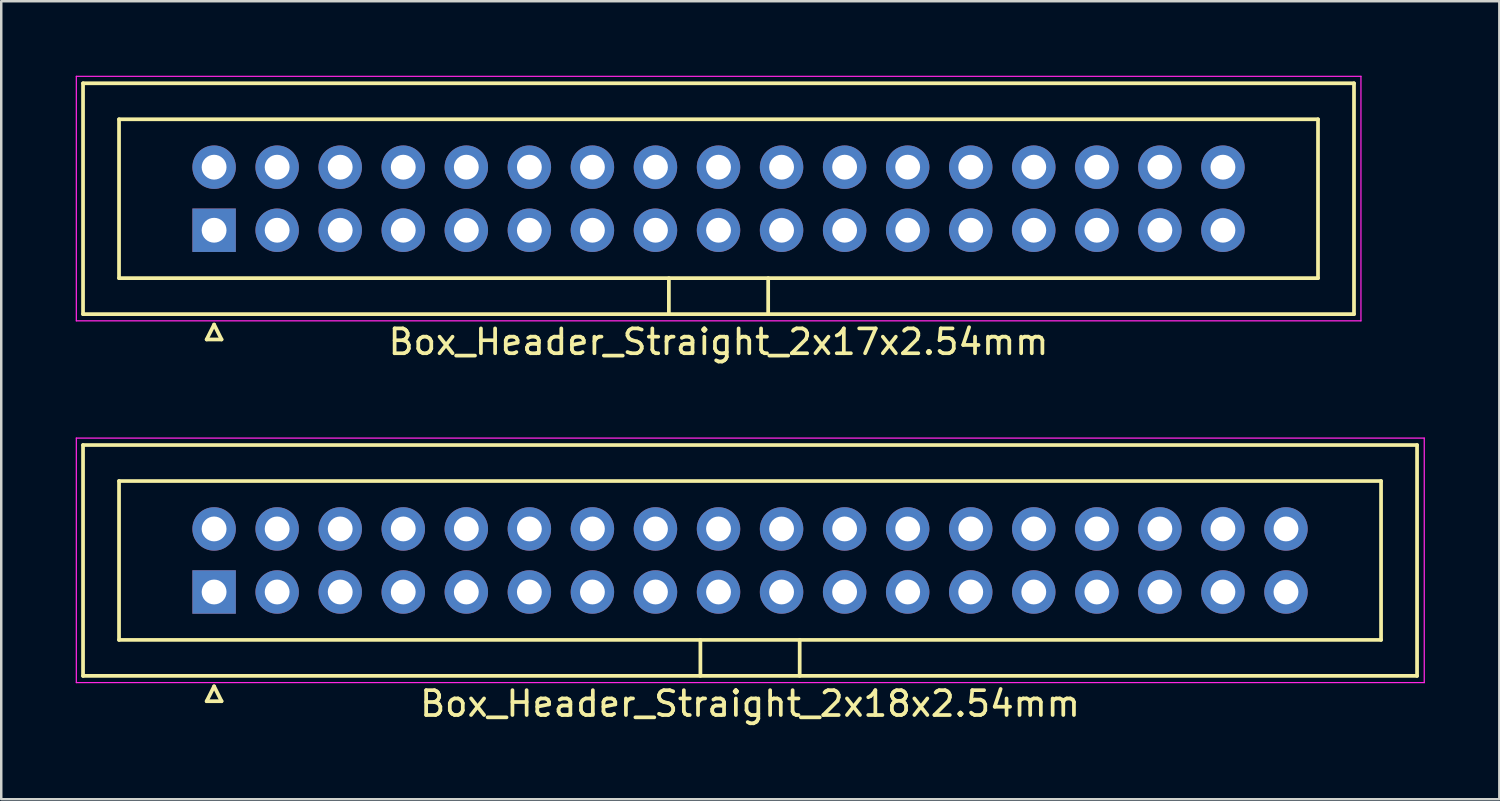
<source format=kicad_pcb>
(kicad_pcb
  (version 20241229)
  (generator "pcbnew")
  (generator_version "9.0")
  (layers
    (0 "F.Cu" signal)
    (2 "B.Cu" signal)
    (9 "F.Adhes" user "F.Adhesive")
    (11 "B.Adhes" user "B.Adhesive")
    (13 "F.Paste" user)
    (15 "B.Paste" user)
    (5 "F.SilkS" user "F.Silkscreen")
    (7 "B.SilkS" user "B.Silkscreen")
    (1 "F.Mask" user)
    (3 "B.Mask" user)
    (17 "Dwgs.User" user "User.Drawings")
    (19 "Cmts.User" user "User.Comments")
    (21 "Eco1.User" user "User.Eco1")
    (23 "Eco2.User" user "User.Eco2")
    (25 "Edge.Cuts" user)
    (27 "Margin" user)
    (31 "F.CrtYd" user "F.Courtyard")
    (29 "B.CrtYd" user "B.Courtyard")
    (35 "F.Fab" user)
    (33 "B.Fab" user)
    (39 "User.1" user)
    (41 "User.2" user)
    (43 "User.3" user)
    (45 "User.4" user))
  (footprint "Box_Header_Straight_2x18x2.54mm"
    (layer "F.Cu")
    (at 5.575 20.798)
    (property "Reference" "Box_Header_Straight_2x18x2.54mm" (at 21.59 4.5 0) (layer "F.SilkS") (effects (font (size 1 1) (thickness 0.15))))
    (attr through_hole)
    (fp_line (start -5.28 -5.92) (end -5.28 3.38) (stroke (width 0.15) (type solid)) (layer "F.SilkS"))
    (fp_line (start -5.28 3.38) (end 48.46 3.38) (stroke (width 0.15) (type solid)) (layer "F.SilkS"))
    (fp_line (start -3.83 -4.47) (end -3.83 1.93) (stroke (width 0.15) (type solid)) (layer "F.SilkS"))
    (fp_line (start -3.83 1.93) (end 47.01 1.93) (stroke (width 0.15) (type solid)) (layer "F.SilkS"))
    (fp_line (start -0.3 4.4) (end 0.3 4.4) (stroke (width 0.15) (type solid)) (layer "F.SilkS"))
    (fp_line (start 0 3.8) (end -0.3 4.4) (stroke (width 0.15) (type solid)) (layer "F.SilkS"))
    (fp_line (start 0.3 4.4) (end 0 3.8) (stroke (width 0.15) (type solid)) (layer "F.SilkS"))
    (fp_line (start 19.59 3.38) (end 19.59 1.93) (stroke (width 0.15) (type solid)) (layer "F.SilkS"))
    (fp_line (start 23.59 3.38) (end 23.59 1.93) (stroke (width 0.15) (type solid)) (layer "F.SilkS"))
    (fp_line (start 47.01 -4.47) (end -3.83 -4.47) (stroke (width 0.15) (type solid)) (layer "F.SilkS"))
    (fp_line (start 47.01 1.93) (end 47.01 -4.47) (stroke (width 0.15) (type solid)) (layer "F.SilkS"))
    (fp_line (start 48.46 -5.92) (end -5.28 -5.92) (stroke (width 0.15) (type solid)) (layer "F.SilkS"))
    (fp_line (start 48.46 3.38) (end 48.46 -5.92) (stroke (width 0.15) (type solid)) (layer "F.SilkS"))
    (fp_line (start -5.55 -6.2) (end -5.55 3.65) (stroke (width 0.05) (type solid)) (layer "F.CrtYd"))
    (fp_line (start -5.55 3.65) (end 48.75 3.65) (stroke (width 0.05) (type solid)) (layer "F.CrtYd"))
    (fp_line (start 48.75 -6.2) (end -5.55 -6.2) (stroke (width 0.05) (type solid)) (layer "F.CrtYd"))
    (fp_line (start 48.75 3.65) (end 48.75 -6.2) (stroke (width 0.05) (type solid)) (layer "F.CrtYd"))
    (pad "1" thru_hole rect (at 0 0) (size 1.75 1.75) (drill 1) (layers "*.Cu" "*.Mask"))
    (pad "2" thru_hole circle (at 0 -2.54) (size 1.75 1.75) (drill 1) (layers "*.Cu" "*.Mask"))
    (pad "3" thru_hole circle (at 2.54 0) (size 1.75 1.75) (drill 1) (layers "*.Cu" "*.Mask"))
    (pad "4" thru_hole circle (at 2.54 -2.54) (size 1.75 1.75) (drill 1) (layers "*.Cu" "*.Mask"))
    (pad "5" thru_hole circle (at 5.08 0) (size 1.75 1.75) (drill 1) (layers "*.Cu" "*.Mask"))
    (pad "6" thru_hole circle (at 5.08 -2.54) (size 1.75 1.75) (drill 1) (layers "*.Cu" "*.Mask"))
    (pad "7" thru_hole circle (at 7.62 0) (size 1.75 1.75) (drill 1) (layers "*.Cu" "*.Mask"))
    (pad "8" thru_hole circle (at 7.62 -2.54) (size 1.75 1.75) (drill 1) (layers "*.Cu" "*.Mask"))
    (pad "9" thru_hole circle (at 10.16 0) (size 1.75 1.75) (drill 1) (layers "*.Cu" "*.Mask"))
    (pad "10" thru_hole circle (at 10.16 -2.54) (size 1.75 1.75) (drill 1) (layers "*.Cu" "*.Mask"))
    (pad "11" thru_hole circle (at 12.7 0) (size 1.75 1.75) (drill 1) (layers "*.Cu" "*.Mask"))
    (pad "12" thru_hole circle (at 12.7 -2.54) (size 1.75 1.75) (drill 1) (layers "*.Cu" "*.Mask"))
    (pad "13" thru_hole circle (at 15.24 0) (size 1.75 1.75) (drill 1) (layers "*.Cu" "*.Mask"))
    (pad "14" thru_hole circle (at 15.24 -2.54) (size 1.75 1.75) (drill 1) (layers "*.Cu" "*.Mask"))
    (pad "15" thru_hole circle (at 17.78 0) (size 1.75 1.75) (drill 1) (layers "*.Cu" "*.Mask"))
    (pad "16" thru_hole circle (at 17.78 -2.54) (size 1.75 1.75) (drill 1) (layers "*.Cu" "*.Mask"))
    (pad "17" thru_hole circle (at 20.32 0) (size 1.75 1.75) (drill 1) (layers "*.Cu" "*.Mask"))
    (pad "18" thru_hole circle (at 20.32 -2.54) (size 1.75 1.75) (drill 1) (layers "*.Cu" "*.Mask"))
    (pad "19" thru_hole circle (at 22.86 0) (size 1.75 1.75) (drill 1) (layers "*.Cu" "*.Mask"))
    (pad "20" thru_hole circle (at 22.86 -2.54) (size 1.75 1.75) (drill 1) (layers "*.Cu" "*.Mask"))
    (pad "21" thru_hole circle (at 25.4 0) (size 1.75 1.75) (drill 1) (layers "*.Cu" "*.Mask"))
    (pad "22" thru_hole circle (at 25.4 -2.54) (size 1.75 1.75) (drill 1) (layers "*.Cu" "*.Mask"))
    (pad "23" thru_hole circle (at 27.94 0) (size 1.75 1.75) (drill 1) (layers "*.Cu" "*.Mask"))
    (pad "24" thru_hole circle (at 27.94 -2.54) (size 1.75 1.75) (drill 1) (layers "*.Cu" "*.Mask"))
    (pad "25" thru_hole circle (at 30.48 0) (size 1.75 1.75) (drill 1) (layers "*.Cu" "*.Mask"))
    (pad "26" thru_hole circle (at 30.48 -2.54) (size 1.75 1.75) (drill 1) (layers "*.Cu" "*.Mask"))
    (pad "27" thru_hole circle (at 33.02 0) (size 1.75 1.75) (drill 1) (layers "*.Cu" "*.Mask"))
    (pad "28" thru_hole circle (at 33.02 -2.54) (size 1.75 1.75) (drill 1) (layers "*.Cu" "*.Mask"))
    (pad "29" thru_hole circle (at 35.56 0) (size 1.75 1.75) (drill 1) (layers "*.Cu" "*.Mask"))
    (pad "30" thru_hole circle (at 35.56 -2.54) (size 1.75 1.75) (drill 1) (layers "*.Cu" "*.Mask"))
    (pad "31" thru_hole circle (at 38.1 0) (size 1.75 1.75) (drill 1) (layers "*.Cu" "*.Mask"))
    (pad "32" thru_hole circle (at 38.1 -2.54) (size 1.75 1.75) (drill 1) (layers "*.Cu" "*.Mask"))
    (pad "33" thru_hole circle (at 40.64 0) (size 1.75 1.75) (drill 1) (layers "*.Cu" "*.Mask"))
    (pad "34" thru_hole circle (at 40.64 -2.54) (size 1.75 1.75) (drill 1) (layers "*.Cu" "*.Mask"))
    (pad "35" thru_hole circle (at 43.18 0) (size 1.75 1.75) (drill 1) (layers "*.Cu" "*.Mask"))
    (pad "36" thru_hole circle (at 43.18 -2.54) (size 1.75 1.75) (drill 1) (layers "*.Cu" "*.Mask")))
  (footprint "Box_Header_Straight_2x17x2.54mm"
    (layer "F.Cu")
    (at 5.575 6.225)
    (property "Reference" "Box_Header_Straight_2x17x2.54mm" (at 20.32 4.5 0) (layer "F.SilkS") (effects (font (size 1 1) (thickness 0.15))))
    (attr through_hole)
    (fp_line (start -5.28 -5.92) (end -5.28 3.38) (stroke (width 0.15) (type solid)) (layer "F.SilkS"))
    (fp_line (start -5.28 3.38) (end 45.92 3.38) (stroke (width 0.15) (type solid)) (layer "F.SilkS"))
    (fp_line (start -3.83 -4.47) (end -3.83 1.93) (stroke (width 0.15) (type solid)) (layer "F.SilkS"))
    (fp_line (start -3.83 1.93) (end 44.47 1.93) (stroke (width 0.15) (type solid)) (layer "F.SilkS"))
    (fp_line (start -0.3 4.4) (end 0.3 4.4) (stroke (width 0.15) (type solid)) (layer "F.SilkS"))
    (fp_line (start 0 3.8) (end -0.3 4.4) (stroke (width 0.15) (type solid)) (layer "F.SilkS"))
    (fp_line (start 0.3 4.4) (end 0 3.8) (stroke (width 0.15) (type solid)) (layer "F.SilkS"))
    (fp_line (start 18.32 3.38) (end 18.32 1.93) (stroke (width 0.15) (type solid)) (layer "F.SilkS"))
    (fp_line (start 22.32 3.38) (end 22.32 1.93) (stroke (width 0.15) (type solid)) (layer "F.SilkS"))
    (fp_line (start 44.47 -4.47) (end -3.83 -4.47) (stroke (width 0.15) (type solid)) (layer "F.SilkS"))
    (fp_line (start 44.47 1.93) (end 44.47 -4.47) (stroke (width 0.15) (type solid)) (layer "F.SilkS"))
    (fp_line (start 45.92 -5.92) (end -5.28 -5.92) (stroke (width 0.15) (type solid)) (layer "F.SilkS"))
    (fp_line (start 45.92 3.38) (end 45.92 -5.92) (stroke (width 0.15) (type solid)) (layer "F.SilkS"))
    (fp_line (start -5.55 -6.2) (end -5.55 3.65) (stroke (width 0.05) (type solid)) (layer "F.CrtYd"))
    (fp_line (start -5.55 3.65) (end 46.2 3.65) (stroke (width 0.05) (type solid)) (layer "F.CrtYd"))
    (fp_line (start 46.2 -6.2) (end -5.55 -6.2) (stroke (width 0.05) (type solid)) (layer "F.CrtYd"))
    (fp_line (start 46.2 3.65) (end 46.2 -6.2) (stroke (width 0.05) (type solid)) (layer "F.CrtYd"))
    (pad "1" thru_hole rect (at 0 0) (size 1.75 1.75) (drill 1) (layers "*.Cu" "*.Mask"))
    (pad "2" thru_hole circle (at 0 -2.54) (size 1.75 1.75) (drill 1) (layers "*.Cu" "*.Mask"))
    (pad "3" thru_hole circle (at 2.54 0) (size 1.75 1.75) (drill 1) (layers "*.Cu" "*.Mask"))
    (pad "4" thru_hole circle (at 2.54 -2.54) (size 1.75 1.75) (drill 1) (layers "*.Cu" "*.Mask"))
    (pad "5" thru_hole circle (at 5.08 0) (size 1.75 1.75) (drill 1) (layers "*.Cu" "*.Mask"))
    (pad "6" thru_hole circle (at 5.08 -2.54) (size 1.75 1.75) (drill 1) (layers "*.Cu" "*.Mask"))
    (pad "7" thru_hole circle (at 7.62 0) (size 1.75 1.75) (drill 1) (layers "*.Cu" "*.Mask"))
    (pad "8" thru_hole circle (at 7.62 -2.54) (size 1.75 1.75) (drill 1) (layers "*.Cu" "*.Mask"))
    (pad "9" thru_hole circle (at 10.16 0) (size 1.75 1.75) (drill 1) (layers "*.Cu" "*.Mask"))
    (pad "10" thru_hole circle (at 10.16 -2.54) (size 1.75 1.75) (drill 1) (layers "*.Cu" "*.Mask"))
    (pad "11" thru_hole circle (at 12.7 0) (size 1.75 1.75) (drill 1) (layers "*.Cu" "*.Mask"))
    (pad "12" thru_hole circle (at 12.7 -2.54) (size 1.75 1.75) (drill 1) (layers "*.Cu" "*.Mask"))
    (pad "13" thru_hole circle (at 15.24 0) (size 1.75 1.75) (drill 1) (layers "*.Cu" "*.Mask"))
    (pad "14" thru_hole circle (at 15.24 -2.54) (size 1.75 1.75) (drill 1) (layers "*.Cu" "*.Mask"))
    (pad "15" thru_hole circle (at 17.78 0) (size 1.75 1.75) (drill 1) (layers "*.Cu" "*.Mask"))
    (pad "16" thru_hole circle (at 17.78 -2.54) (size 1.75 1.75) (drill 1) (layers "*.Cu" "*.Mask"))
    (pad "17" thru_hole circle (at 20.32 0) (size 1.75 1.75) (drill 1) (layers "*.Cu" "*.Mask"))
    (pad "18" thru_hole circle (at 20.32 -2.54) (size 1.75 1.75) (drill 1) (layers "*.Cu" "*.Mask"))
    (pad "19" thru_hole circle (at 22.86 0) (size 1.75 1.75) (drill 1) (layers "*.Cu" "*.Mask"))
    (pad "20" thru_hole circle (at 22.86 -2.54) (size 1.75 1.75) (drill 1) (layers "*.Cu" "*.Mask"))
    (pad "21" thru_hole circle (at 25.4 0) (size 1.75 1.75) (drill 1) (layers "*.Cu" "*.Mask"))
    (pad "22" thru_hole circle (at 25.4 -2.54) (size 1.75 1.75) (drill 1) (layers "*.Cu" "*.Mask"))
    (pad "23" thru_hole circle (at 27.94 0) (size 1.75 1.75) (drill 1) (layers "*.Cu" "*.Mask"))
    (pad "24" thru_hole circle (at 27.94 -2.54) (size 1.75 1.75) (drill 1) (layers "*.Cu" "*.Mask"))
    (pad "25" thru_hole circle (at 30.48 0) (size 1.75 1.75) (drill 1) (layers "*.Cu" "*.Mask"))
    (pad "26" thru_hole circle (at 30.48 -2.54) (size 1.75 1.75) (drill 1) (layers "*.Cu" "*.Mask"))
    (pad "27" thru_hole circle (at 33.02 0) (size 1.75 1.75) (drill 1) (layers "*.Cu" "*.Mask"))
    (pad "28" thru_hole circle (at 33.02 -2.54) (size 1.75 1.75) (drill 1) (layers "*.Cu" "*.Mask"))
    (pad "29" thru_hole circle (at 35.56 0) (size 1.75 1.75) (drill 1) (layers "*.Cu" "*.Mask"))
    (pad "30" thru_hole circle (at 35.56 -2.54) (size 1.75 1.75) (drill 1) (layers "*.Cu" "*.Mask"))
    (pad "31" thru_hole circle (at 38.1 0) (size 1.75 1.75) (drill 1) (layers "*.Cu" "*.Mask"))
    (pad "32" thru_hole circle (at 38.1 -2.54) (size 1.75 1.75) (drill 1) (layers "*.Cu" "*.Mask"))
    (pad "33" thru_hole circle (at 40.64 0) (size 1.75 1.75) (drill 1) (layers "*.Cu" "*.Mask"))
    (pad "34" thru_hole circle (at 40.64 -2.54) (size 1.75 1.75) (drill 1) (layers "*.Cu" "*.Mask")))
  (gr_rect
    (start -3 -3)
    (end 57.35 29.146)
    (stroke (width 0.1) (type default))
    (fill no)
    (layer "Edge.Cuts")))
</source>
